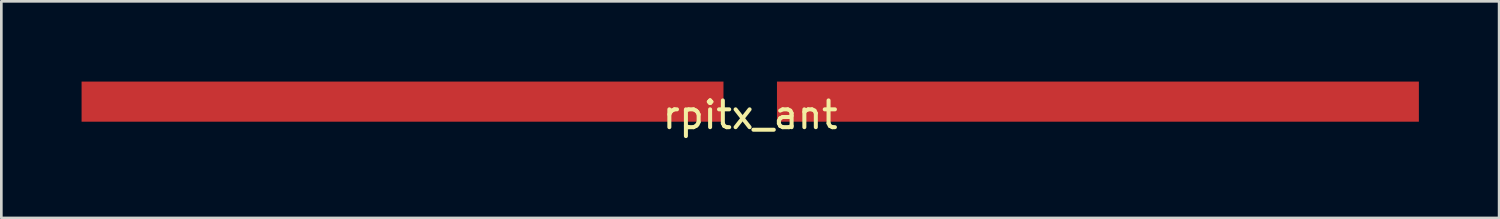
<source format=kicad_pcb>
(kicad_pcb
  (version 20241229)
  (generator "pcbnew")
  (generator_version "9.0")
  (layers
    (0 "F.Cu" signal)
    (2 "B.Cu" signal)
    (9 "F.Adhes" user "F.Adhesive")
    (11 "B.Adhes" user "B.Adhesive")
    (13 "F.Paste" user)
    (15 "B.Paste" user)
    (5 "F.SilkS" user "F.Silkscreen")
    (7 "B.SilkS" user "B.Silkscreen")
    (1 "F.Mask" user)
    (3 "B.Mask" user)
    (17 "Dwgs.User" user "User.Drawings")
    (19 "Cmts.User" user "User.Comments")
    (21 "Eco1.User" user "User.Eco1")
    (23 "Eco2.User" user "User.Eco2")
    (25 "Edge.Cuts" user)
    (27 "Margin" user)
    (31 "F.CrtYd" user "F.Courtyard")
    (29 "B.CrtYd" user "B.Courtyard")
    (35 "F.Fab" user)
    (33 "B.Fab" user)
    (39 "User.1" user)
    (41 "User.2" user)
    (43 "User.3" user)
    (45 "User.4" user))
  (footprint "rpitx_ant"
    (layer "F.Cu")
    (at 25 0.75)
    (property "Reference" "rpitx_ant" (at 0 0.5 0) (layer "F.SilkS") (effects (font (size 1 1) (thickness 0.15))))
    (attr through_hole)
    (pad "1" smd rect (at 13 0) (size 24 1.5) (layers "F.Cu" "F.Mask" "F.Paste"))
    (pad "2" smd rect (at -13 0) (size 24 1.5) (layers "F.Cu" "F.Mask" "F.Paste")))
  (gr_rect
    (start -3 -3)
    (end 53 5.098)
    (stroke (width 0.1) (type default))
    (fill no)
    (layer "Edge.Cuts")))
</source>
